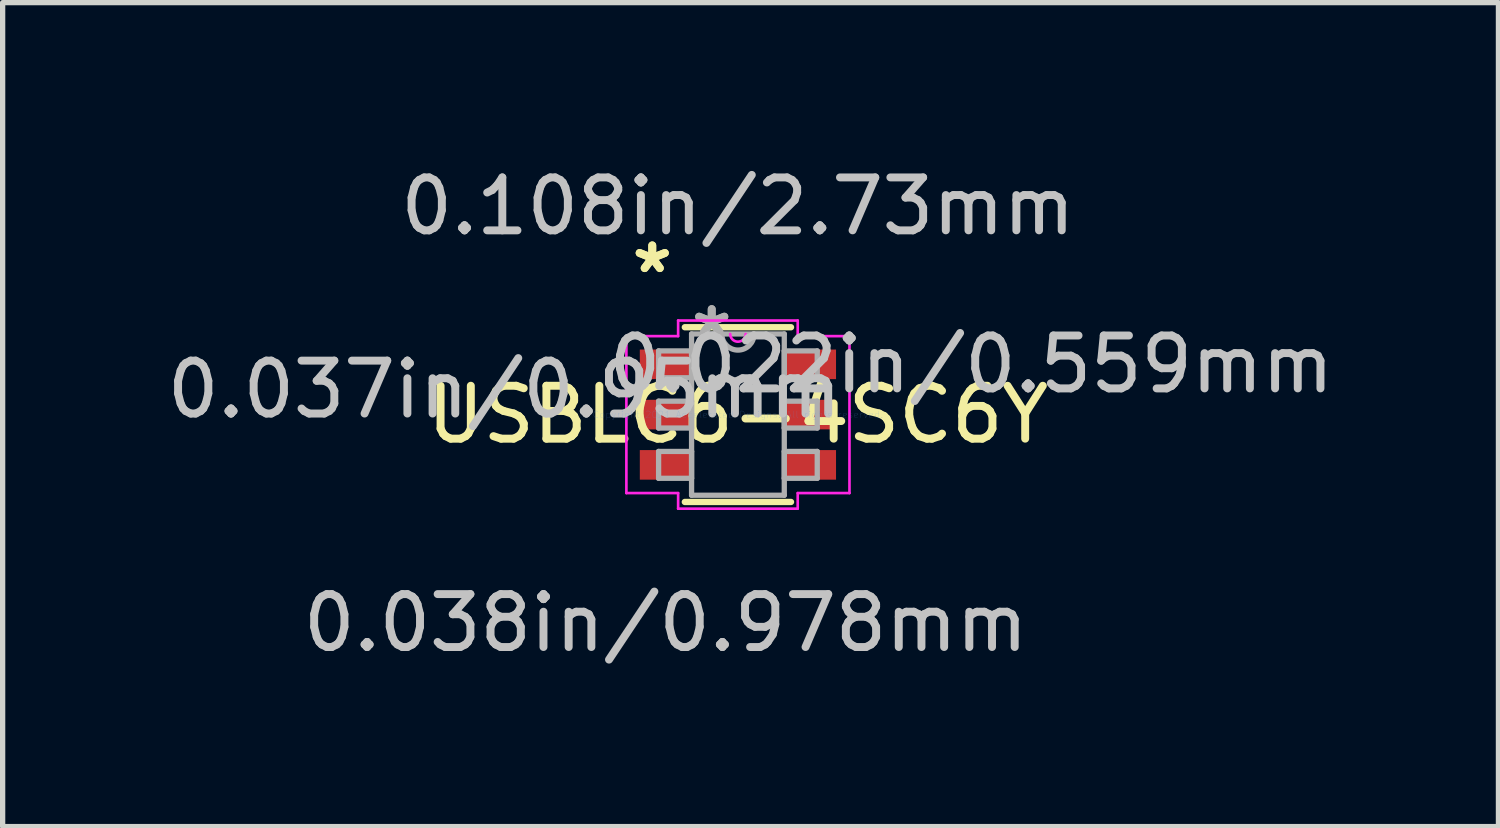
<source format=kicad_pcb>
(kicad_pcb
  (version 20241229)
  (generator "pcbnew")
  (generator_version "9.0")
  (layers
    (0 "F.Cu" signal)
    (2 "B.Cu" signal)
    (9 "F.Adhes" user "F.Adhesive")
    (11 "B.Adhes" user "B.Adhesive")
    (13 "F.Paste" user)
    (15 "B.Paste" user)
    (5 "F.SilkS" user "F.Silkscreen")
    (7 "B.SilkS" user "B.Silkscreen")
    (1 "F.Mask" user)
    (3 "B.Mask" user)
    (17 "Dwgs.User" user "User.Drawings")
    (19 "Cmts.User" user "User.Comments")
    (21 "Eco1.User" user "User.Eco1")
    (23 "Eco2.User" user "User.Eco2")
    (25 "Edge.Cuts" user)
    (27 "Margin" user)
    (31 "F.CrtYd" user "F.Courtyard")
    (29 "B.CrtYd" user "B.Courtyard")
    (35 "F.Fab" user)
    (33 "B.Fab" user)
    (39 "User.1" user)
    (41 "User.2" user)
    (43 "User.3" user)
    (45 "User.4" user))
  (footprint "USBLC6-4SC6Y"
    (layer "F.Cu")
    (at 10.895 4.785)
    (property "Reference" "USBLC6-4SC6Y" (at 0 0 0) (layer "F.SilkS") (effects (font (size 1 1) (thickness 0.15))))
    (attr through_hole)
    (fp_line (start -1.003 1.651) (end 1.003 1.651) (stroke (width 0.12) (type solid)) (layer "F.SilkS"))
    (fp_line (start 1.003 -1.651) (end -1.003 -1.651) (stroke (width 0.12) (type solid)) (layer "F.SilkS"))
    (fp_line (start -2.108 -1.483) (end -1.13 -1.483) (stroke (width 0.05) (type solid)) (layer "F.CrtYd"))
    (fp_line (start -2.108 1.483) (end -2.108 -1.483) (stroke (width 0.05) (type solid)) (layer "F.CrtYd"))
    (fp_line (start -1.13 -1.778) (end 1.13 -1.778) (stroke (width 0.05) (type solid)) (layer "F.CrtYd"))
    (fp_line (start -1.13 -1.483) (end -1.13 -1.778) (stroke (width 0.05) (type solid)) (layer "F.CrtYd"))
    (fp_line (start -1.13 1.483) (end -2.108 1.483) (stroke (width 0.05) (type solid)) (layer "F.CrtYd"))
    (fp_line (start -1.13 1.778) (end -1.13 1.483) (stroke (width 0.05) (type solid)) (layer "F.CrtYd"))
    (fp_line (start 1.13 -1.778) (end 1.13 -1.483) (stroke (width 0.05) (type solid)) (layer "F.CrtYd"))
    (fp_line (start 1.13 -1.483) (end 2.108 -1.483) (stroke (width 0.05) (type solid)) (layer "F.CrtYd"))
    (fp_line (start 1.13 1.483) (end 1.13 1.778) (stroke (width 0.05) (type solid)) (layer "F.CrtYd"))
    (fp_line (start 1.13 1.778) (end -1.13 1.778) (stroke (width 0.05) (type solid)) (layer "F.CrtYd"))
    (fp_line (start 2.108 -1.483) (end 2.108 1.483) (stroke (width 0.05) (type solid)) (layer "F.CrtYd"))
    (fp_line (start 2.108 1.483) (end 1.13 1.483) (stroke (width 0.05) (type solid)) (layer "F.CrtYd"))
    (fp_arc (start 0.14605 -1.524) (mid 0 -1.37795) (end -0.14605 -1.524) (stroke (width 0.05) (type solid)) (layer "F.CrtYd"))
    (fp_line (start -1.499 -1.204) (end -1.499 -0.696) (stroke (width 0.1) (type solid)) (layer "F.Fab"))
    (fp_line (start -1.499 -0.696) (end -0.876 -0.696) (stroke (width 0.1) (type solid)) (layer "F.Fab"))
    (fp_line (start -1.499 -0.254) (end -1.499 0.254) (stroke (width 0.1) (type solid)) (layer "F.Fab"))
    (fp_line (start -1.499 0.254) (end -0.876 0.254) (stroke (width 0.1) (type solid)) (layer "F.Fab"))
    (fp_line (start -1.499 0.696) (end -1.499 1.204) (stroke (width 0.1) (type solid)) (layer "F.Fab"))
    (fp_line (start -1.499 1.204) (end -0.876 1.204) (stroke (width 0.1) (type solid)) (layer "F.Fab"))
    (fp_line (start -0.876 -1.524) (end -0.876 1.524) (stroke (width 0.1) (type solid)) (layer "F.Fab"))
    (fp_line (start -0.876 -1.204) (end -1.499 -1.204) (stroke (width 0.1) (type solid)) (layer "F.Fab"))
    (fp_line (start -0.876 -0.696) (end -0.876 -1.204) (stroke (width 0.1) (type solid)) (layer "F.Fab"))
    (fp_line (start -0.876 -0.254) (end -1.499 -0.254) (stroke (width 0.1) (type solid)) (layer "F.Fab"))
    (fp_line (start -0.876 0.254) (end -0.876 -0.254) (stroke (width 0.1) (type solid)) (layer "F.Fab"))
    (fp_line (start -0.876 0.696) (end -1.499 0.696) (stroke (width 0.1) (type solid)) (layer "F.Fab"))
    (fp_line (start -0.876 1.204) (end -0.876 0.696) (stroke (width 0.1) (type solid)) (layer "F.Fab"))
    (fp_line (start -0.876 1.524) (end 0.876 1.524) (stroke (width 0.1) (type solid)) (layer "F.Fab"))
    (fp_line (start 0.876 -1.524) (end -0.876 -1.524) (stroke (width 0.1) (type solid)) (layer "F.Fab"))
    (fp_line (start 0.876 -1.204) (end 0.876 -0.696) (stroke (width 0.1) (type solid)) (layer "F.Fab"))
    (fp_line (start 0.876 -0.696) (end 1.499 -0.696) (stroke (width 0.1) (type solid)) (layer "F.Fab"))
    (fp_line (start 0.876 -0.254) (end 0.876 0.254) (stroke (width 0.1) (type solid)) (layer "F.Fab"))
    (fp_line (start 0.876 0.254) (end 1.499 0.254) (stroke (width 0.1) (type solid)) (layer "F.Fab"))
    (fp_line (start 0.876 0.696) (end 0.876 1.204) (stroke (width 0.1) (type solid)) (layer "F.Fab"))
    (fp_line (start 0.876 1.204) (end 1.499 1.204) (stroke (width 0.1) (type solid)) (layer "F.Fab"))
    (fp_line (start 0.876 1.524) (end 0.876 -1.524) (stroke (width 0.1) (type solid)) (layer "F.Fab"))
    (fp_line (start 1.499 -1.204) (end 0.876 -1.204) (stroke (width 0.1) (type solid)) (layer "F.Fab"))
    (fp_line (start 1.499 -0.696) (end 1.499 -1.204) (stroke (width 0.1) (type solid)) (layer "F.Fab"))
    (fp_line (start 1.499 -0.254) (end 0.876 -0.254) (stroke (width 0.1) (type solid)) (layer "F.Fab"))
    (fp_line (start 1.499 0.254) (end 1.499 -0.254) (stroke (width 0.1) (type solid)) (layer "F.Fab"))
    (fp_line (start 1.499 0.696) (end 0.876 0.696) (stroke (width 0.1) (type solid)) (layer "F.Fab"))
    (fp_line (start 1.499 1.204) (end 1.499 0.696) (stroke (width 0.1) (type solid)) (layer "F.Fab"))
    (fp_arc (start 0.3048 -1.524) (mid 0 -1.2192) (end -0.3048 -1.524) (stroke (width 0.1) (type solid)) (layer "F.Fab"))
    (fp_text user "*" (at -1.619 -2.652 0) (layer "F.SilkS") (effects (font (size 1 1) (thickness 0.15))))
    (fp_text user "*" (at -1.619 -2.652 0) (layer "F.SilkS") (effects (font (size 1 1) (thickness 0.15))))
    (fp_text user "0.037in/0.95mm" (at -4.413 -0.475 0) (layer "Dwgs.User") (effects (font (size 1 1) (thickness 0.15))))
    (fp_text user "0.108in/2.73mm" (at 0 -3.937 0) (layer "Dwgs.User") (effects (font (size 1 1) (thickness 0.15))))
    (fp_text user "0.022in/0.559mm" (at 4.413 -0.95 0) (layer "Dwgs.User") (effects (font (size 1 1) (thickness 0.15))))
    (fp_text user "0.038in/0.978mm" (at -1.365 3.937 0) (layer "Dwgs.User") (effects (font (size 1 1) (thickness 0.15))))
    (fp_text user "Copyright 2021 Accelerated Designs. All rights reserved." (at 0 0 0) (layer "Cmts.User") (effects (font (size 0.127 0.127) (thickness 0.002))))
    (fp_text user "*" (at -0.495 -1.448 0) (layer "F.Fab") (effects (font (size 1 1) (thickness 0.15))))
    (fp_text user "*" (at -0.495 -1.448 0) (layer "F.Fab") (effects (font (size 1 1) (thickness 0.15))))
    (pad "1" smd rect (at -1.365 -0.95) (size 0.978 0.559) (layers "F.Cu" "F.Mask" "F.Paste"))
    (pad "2" smd rect (at -1.365 0) (size 0.978 0.559) (layers "F.Cu" "F.Mask" "F.Paste"))
    (pad "3" smd rect (at -1.365 0.95) (size 0.978 0.559) (layers "F.Cu" "F.Mask" "F.Paste"))
    (pad "4" smd rect (at 1.365 0.95) (size 0.978 0.559) (layers "F.Cu" "F.Mask" "F.Paste"))
    (pad "5" smd rect (at 1.365 0) (size 0.978 0.559) (layers "F.Cu" "F.Mask" "F.Paste"))
    (pad "6" smd rect (at 1.365 -0.95) (size 0.978 0.559) (layers "F.Cu" "F.Mask" "F.Paste")))
  (gr_rect
    (start -3 -3)
    (end 25.267 12.57)
    (stroke (width 0.1) (type default))
    (fill no)
    (layer "Edge.Cuts")))
</source>
